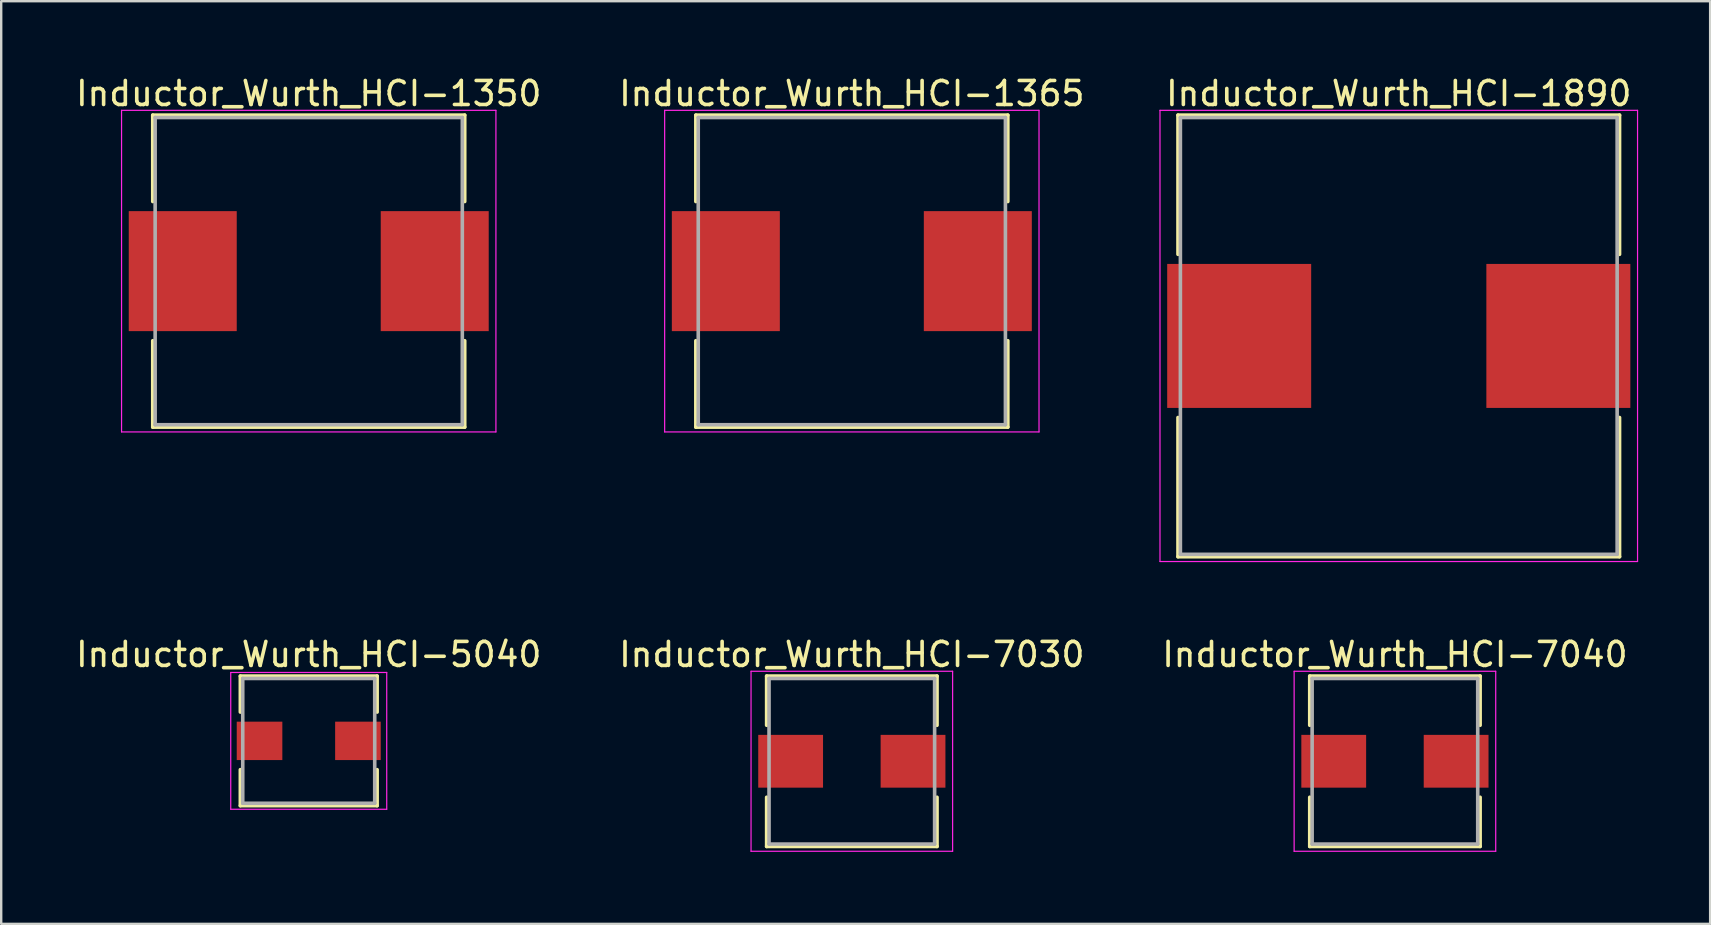
<source format=kicad_pcb>
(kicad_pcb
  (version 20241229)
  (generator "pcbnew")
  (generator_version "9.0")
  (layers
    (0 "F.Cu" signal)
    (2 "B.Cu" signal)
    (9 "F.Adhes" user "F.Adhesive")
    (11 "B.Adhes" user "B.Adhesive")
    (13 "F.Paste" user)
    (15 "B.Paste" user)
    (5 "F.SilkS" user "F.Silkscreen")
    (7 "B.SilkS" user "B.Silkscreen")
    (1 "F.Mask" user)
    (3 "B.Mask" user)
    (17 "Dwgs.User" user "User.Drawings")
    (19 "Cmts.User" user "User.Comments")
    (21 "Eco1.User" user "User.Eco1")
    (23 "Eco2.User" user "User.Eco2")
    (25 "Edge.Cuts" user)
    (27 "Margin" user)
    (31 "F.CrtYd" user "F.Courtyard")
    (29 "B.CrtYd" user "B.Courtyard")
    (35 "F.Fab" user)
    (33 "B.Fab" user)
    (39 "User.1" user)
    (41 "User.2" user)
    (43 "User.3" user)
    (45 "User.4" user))
  (footprint "Inductor_Wurth_HCI-1890"
    (layer "F.Cu")
    (at 55.237 10.948)
    (property "Reference" "Inductor_Wurth_HCI-1890" (at 0 -10.1 0) (layer "F.SilkS") (effects (font (size 1 1) (thickness 0.15))))
    (attr smd)
    (fp_line (start -9.2 -9.2) (end 9.2 -9.2) (stroke (width 0.15) (type solid)) (layer "F.SilkS"))
    (fp_line (start -9.2 -3.4) (end -9.2 -9.2) (stroke (width 0.15) (type solid)) (layer "F.SilkS"))
    (fp_line (start -9.2 3.4) (end -9.2 9.2) (stroke (width 0.15) (type solid)) (layer "F.SilkS"))
    (fp_line (start -9.2 9.2) (end 9.2 9.2) (stroke (width 0.15) (type solid)) (layer "F.SilkS"))
    (fp_line (start 9.2 -9.2) (end 9.2 -3.4) (stroke (width 0.15) (type solid)) (layer "F.SilkS"))
    (fp_line (start 9.2 9.2) (end 9.2 3.4) (stroke (width 0.15) (type solid)) (layer "F.SilkS"))
    (fp_line (start -9.95 -9.4) (end -9.95 9.4) (stroke (width 0.05) (type solid)) (layer "F.CrtYd"))
    (fp_line (start -9.95 9.4) (end 9.95 9.4) (stroke (width 0.05) (type solid)) (layer "F.CrtYd"))
    (fp_line (start 9.95 -9.4) (end -9.95 -9.4) (stroke (width 0.05) (type solid)) (layer "F.CrtYd"))
    (fp_line (start 9.95 9.4) (end 9.95 -9.4) (stroke (width 0.05) (type solid)) (layer "F.CrtYd"))
    (fp_line (start -9.1 -9.1) (end -9.1 9.1) (stroke (width 0.15) (type solid)) (layer "F.Fab"))
    (fp_line (start -9.1 9.1) (end 9.1 9.1) (stroke (width 0.15) (type solid)) (layer "F.Fab"))
    (fp_line (start 9.1 -9.1) (end -9.1 -9.1) (stroke (width 0.15) (type solid)) (layer "F.Fab"))
    (fp_line (start 9.1 9.1) (end 9.1 -9.1) (stroke (width 0.15) (type solid)) (layer "F.Fab"))
    (pad "1" smd rect (at -6.65 0) (size 6 6) (layers "F.Cu" "F.Mask" "F.Paste"))
    (pad "2" smd rect (at 6.65 0) (size 6 6) (layers "F.Cu" "F.Mask" "F.Paste")))
  (footprint "Inductor_Wurth_HCI-7030"
    (layer "F.Cu")
    (at 32.446 28.672)
    (property "Reference" "Inductor_Wurth_HCI-7030" (at 0 -4.45 0) (layer "F.SilkS") (effects (font (size 1 1) (thickness 0.15))))
    (attr smd)
    (fp_line (start -3.55 -3.55) (end 3.55 -3.55) (stroke (width 0.15) (type solid)) (layer "F.SilkS"))
    (fp_line (start -3.55 -1.5) (end -3.55 -3.55) (stroke (width 0.15) (type solid)) (layer "F.SilkS"))
    (fp_line (start -3.55 1.5) (end -3.55 3.55) (stroke (width 0.15) (type solid)) (layer "F.SilkS"))
    (fp_line (start -3.55 3.55) (end 3.55 3.55) (stroke (width 0.15) (type solid)) (layer "F.SilkS"))
    (fp_line (start 3.55 -3.55) (end 3.55 -1.5) (stroke (width 0.15) (type solid)) (layer "F.SilkS"))
    (fp_line (start 3.55 3.55) (end 3.55 1.5) (stroke (width 0.15) (type solid)) (layer "F.SilkS"))
    (fp_line (start -4.2 -3.75) (end -4.2 3.75) (stroke (width 0.05) (type solid)) (layer "F.CrtYd"))
    (fp_line (start -4.2 3.75) (end 4.2 3.75) (stroke (width 0.05) (type solid)) (layer "F.CrtYd"))
    (fp_line (start 4.2 -3.75) (end -4.2 -3.75) (stroke (width 0.05) (type solid)) (layer "F.CrtYd"))
    (fp_line (start 4.2 3.75) (end 4.2 -3.75) (stroke (width 0.05) (type solid)) (layer "F.CrtYd"))
    (fp_line (start -3.45 -3.45) (end -3.45 3.45) (stroke (width 0.15) (type solid)) (layer "F.Fab"))
    (fp_line (start -3.45 3.45) (end 3.45 3.45) (stroke (width 0.15) (type solid)) (layer "F.Fab"))
    (fp_line (start 3.45 -3.45) (end -3.45 -3.45) (stroke (width 0.15) (type solid)) (layer "F.Fab"))
    (fp_line (start 3.45 3.45) (end 3.45 -3.45) (stroke (width 0.15) (type solid)) (layer "F.Fab"))
    (pad "1" smd rect (at -2.55 0) (size 2.7 2.2) (layers "F.Cu" "F.Mask" "F.Paste"))
    (pad "2" smd rect (at 2.55 0) (size 2.7 2.2) (layers "F.Cu" "F.Mask" "F.Paste")))
  (footprint "Inductor_Wurth_HCI-1350"
    (layer "F.Cu")
    (at 9.815 8.248)
    (property "Reference" "Inductor_Wurth_HCI-1350" (at 0 -7.4 0) (layer "F.SilkS") (effects (font (size 1 1) (thickness 0.15))))
    (attr smd)
    (fp_line (start -6.5 -6.5) (end 6.5 -6.5) (stroke (width 0.15) (type solid)) (layer "F.SilkS"))
    (fp_line (start -6.5 -2.9) (end -6.5 -6.5) (stroke (width 0.15) (type solid)) (layer "F.SilkS"))
    (fp_line (start -6.5 2.9) (end -6.5 6.5) (stroke (width 0.15) (type solid)) (layer "F.SilkS"))
    (fp_line (start -6.5 6.5) (end 6.5 6.5) (stroke (width 0.15) (type solid)) (layer "F.SilkS"))
    (fp_line (start 6.5 -6.5) (end 6.5 -2.9) (stroke (width 0.15) (type solid)) (layer "F.SilkS"))
    (fp_line (start 6.5 6.5) (end 6.5 2.9) (stroke (width 0.15) (type solid)) (layer "F.SilkS"))
    (fp_line (start -7.8 -6.7) (end -7.8 6.7) (stroke (width 0.05) (type solid)) (layer "F.CrtYd"))
    (fp_line (start -7.8 6.7) (end 7.8 6.7) (stroke (width 0.05) (type solid)) (layer "F.CrtYd"))
    (fp_line (start 7.8 -6.7) (end -7.8 -6.7) (stroke (width 0.05) (type solid)) (layer "F.CrtYd"))
    (fp_line (start 7.8 6.7) (end 7.8 -6.7) (stroke (width 0.05) (type solid)) (layer "F.CrtYd"))
    (fp_line (start -6.4 -6.4) (end -6.4 6.4) (stroke (width 0.15) (type solid)) (layer "F.Fab"))
    (fp_line (start -6.4 6.4) (end 6.4 6.4) (stroke (width 0.15) (type solid)) (layer "F.Fab"))
    (fp_line (start 6.4 -6.4) (end -6.4 -6.4) (stroke (width 0.15) (type solid)) (layer "F.Fab"))
    (fp_line (start 6.4 6.4) (end 6.4 -6.4) (stroke (width 0.15) (type solid)) (layer "F.Fab"))
    (pad "1" smd rect (at -5.25 0) (size 4.5 5) (layers "F.Cu" "F.Mask" "F.Paste"))
    (pad "2" smd rect (at 5.25 0) (size 4.5 5) (layers "F.Cu" "F.Mask" "F.Paste")))
  (footprint "Inductor_Wurth_HCI-7040"
    (layer "F.Cu")
    (at 55.077 28.672)
    (property "Reference" "Inductor_Wurth_HCI-7040" (at 0 -4.45 0) (layer "F.SilkS") (effects (font (size 1 1) (thickness 0.15))))
    (attr smd)
    (fp_line (start -3.55 -3.55) (end 3.55 -3.55) (stroke (width 0.15) (type solid)) (layer "F.SilkS"))
    (fp_line (start -3.55 -1.5) (end -3.55 -3.55) (stroke (width 0.15) (type solid)) (layer "F.SilkS"))
    (fp_line (start -3.55 1.5) (end -3.55 3.55) (stroke (width 0.15) (type solid)) (layer "F.SilkS"))
    (fp_line (start -3.55 3.55) (end 3.55 3.55) (stroke (width 0.15) (type solid)) (layer "F.SilkS"))
    (fp_line (start 3.55 -3.55) (end 3.55 -1.5) (stroke (width 0.15) (type solid)) (layer "F.SilkS"))
    (fp_line (start 3.55 3.55) (end 3.55 1.5) (stroke (width 0.15) (type solid)) (layer "F.SilkS"))
    (fp_line (start -4.2 -3.75) (end -4.2 3.75) (stroke (width 0.05) (type solid)) (layer "F.CrtYd"))
    (fp_line (start -4.2 3.75) (end 4.2 3.75) (stroke (width 0.05) (type solid)) (layer "F.CrtYd"))
    (fp_line (start 4.2 -3.75) (end -4.2 -3.75) (stroke (width 0.05) (type solid)) (layer "F.CrtYd"))
    (fp_line (start 4.2 3.75) (end 4.2 -3.75) (stroke (width 0.05) (type solid)) (layer "F.CrtYd"))
    (fp_line (start -3.45 -3.45) (end -3.45 3.45) (stroke (width 0.15) (type solid)) (layer "F.Fab"))
    (fp_line (start -3.45 3.45) (end 3.45 3.45) (stroke (width 0.15) (type solid)) (layer "F.Fab"))
    (fp_line (start 3.45 -3.45) (end -3.45 -3.45) (stroke (width 0.15) (type solid)) (layer "F.Fab"))
    (fp_line (start 3.45 3.45) (end 3.45 -3.45) (stroke (width 0.15) (type solid)) (layer "F.Fab"))
    (pad "1" smd rect (at -2.55 0) (size 2.7 2.2) (layers "F.Cu" "F.Mask" "F.Paste"))
    (pad "2" smd rect (at 2.55 0) (size 2.7 2.2) (layers "F.Cu" "F.Mask" "F.Paste")))
  (footprint "Inductor_Wurth_HCI-5040"
    (layer "F.Cu")
    (at 9.815 27.822)
    (property "Reference" "Inductor_Wurth_HCI-5040" (at 0 -3.6 0) (layer "F.SilkS") (effects (font (size 1 1) (thickness 0.15))))
    (attr smd)
    (fp_line (start -2.85 -2.7) (end 2.85 -2.7) (stroke (width 0.15) (type solid)) (layer "F.SilkS"))
    (fp_line (start -2.85 -1.2) (end -2.85 -2.7) (stroke (width 0.15) (type solid)) (layer "F.SilkS"))
    (fp_line (start -2.85 1.2) (end -2.85 2.7) (stroke (width 0.15) (type solid)) (layer "F.SilkS"))
    (fp_line (start -2.85 2.7) (end 2.85 2.7) (stroke (width 0.15) (type solid)) (layer "F.SilkS"))
    (fp_line (start 2.85 -2.7) (end 2.85 -1.2) (stroke (width 0.15) (type solid)) (layer "F.SilkS"))
    (fp_line (start 2.85 2.7) (end 2.85 1.2) (stroke (width 0.15) (type solid)) (layer "F.SilkS"))
    (fp_line (start -3.25 -2.85) (end -3.25 2.85) (stroke (width 0.05) (type solid)) (layer "F.CrtYd"))
    (fp_line (start -3.25 2.85) (end 3.25 2.85) (stroke (width 0.05) (type solid)) (layer "F.CrtYd"))
    (fp_line (start 3.25 -2.85) (end -3.25 -2.85) (stroke (width 0.05) (type solid)) (layer "F.CrtYd"))
    (fp_line (start 3.25 2.85) (end 3.25 -2.85) (stroke (width 0.05) (type solid)) (layer "F.CrtYd"))
    (fp_line (start -2.75 -2.6) (end -2.75 2.6) (stroke (width 0.15) (type solid)) (layer "F.Fab"))
    (fp_line (start -2.75 2.6) (end 2.75 2.6) (stroke (width 0.15) (type solid)) (layer "F.Fab"))
    (fp_line (start 2.75 -2.6) (end -2.75 -2.6) (stroke (width 0.15) (type solid)) (layer "F.Fab"))
    (fp_line (start 2.75 2.6) (end 2.75 -2.6) (stroke (width 0.15) (type solid)) (layer "F.Fab"))
    (pad "1" smd rect (at -2.05 0) (size 1.9 1.6) (layers "F.Cu" "F.Mask" "F.Paste"))
    (pad "2" smd rect (at 2.05 0) (size 1.9 1.6) (layers "F.Cu" "F.Mask" "F.Paste")))
  (footprint "Inductor_Wurth_HCI-1365"
    (layer "F.Cu")
    (at 32.446 8.248)
    (property "Reference" "Inductor_Wurth_HCI-1365" (at 0 -7.4 0) (layer "F.SilkS") (effects (font (size 1 1) (thickness 0.15))))
    (attr smd)
    (fp_line (start -6.5 -6.5) (end 6.5 -6.5) (stroke (width 0.15) (type solid)) (layer "F.SilkS"))
    (fp_line (start -6.5 -2.9) (end -6.5 -6.5) (stroke (width 0.15) (type solid)) (layer "F.SilkS"))
    (fp_line (start -6.5 2.9) (end -6.5 6.5) (stroke (width 0.15) (type solid)) (layer "F.SilkS"))
    (fp_line (start -6.5 6.5) (end 6.5 6.5) (stroke (width 0.15) (type solid)) (layer "F.SilkS"))
    (fp_line (start 6.5 -6.5) (end 6.5 -2.9) (stroke (width 0.15) (type solid)) (layer "F.SilkS"))
    (fp_line (start 6.5 6.5) (end 6.5 2.9) (stroke (width 0.15) (type solid)) (layer "F.SilkS"))
    (fp_line (start -7.8 -6.7) (end -7.8 6.7) (stroke (width 0.05) (type solid)) (layer "F.CrtYd"))
    (fp_line (start -7.8 6.7) (end 7.8 6.7) (stroke (width 0.05) (type solid)) (layer "F.CrtYd"))
    (fp_line (start 7.8 -6.7) (end -7.8 -6.7) (stroke (width 0.05) (type solid)) (layer "F.CrtYd"))
    (fp_line (start 7.8 6.7) (end 7.8 -6.7) (stroke (width 0.05) (type solid)) (layer "F.CrtYd"))
    (fp_line (start -6.4 -6.4) (end -6.4 6.4) (stroke (width 0.15) (type solid)) (layer "F.Fab"))
    (fp_line (start -6.4 6.4) (end 6.4 6.4) (stroke (width 0.15) (type solid)) (layer "F.Fab"))
    (fp_line (start 6.4 -6.4) (end -6.4 -6.4) (stroke (width 0.15) (type solid)) (layer "F.Fab"))
    (fp_line (start 6.4 6.4) (end 6.4 -6.4) (stroke (width 0.15) (type solid)) (layer "F.Fab"))
    (pad "1" smd rect (at -5.25 0) (size 4.5 5) (layers "F.Cu" "F.Mask" "F.Paste"))
    (pad "2" smd rect (at 5.25 0) (size 4.5 5) (layers "F.Cu" "F.Mask" "F.Paste")))
  (gr_rect
    (start -3 -3)
    (end 68.212 35.447)
    (stroke (width 0.1) (type default))
    (fill no)
    (layer "Edge.Cuts")))
</source>
